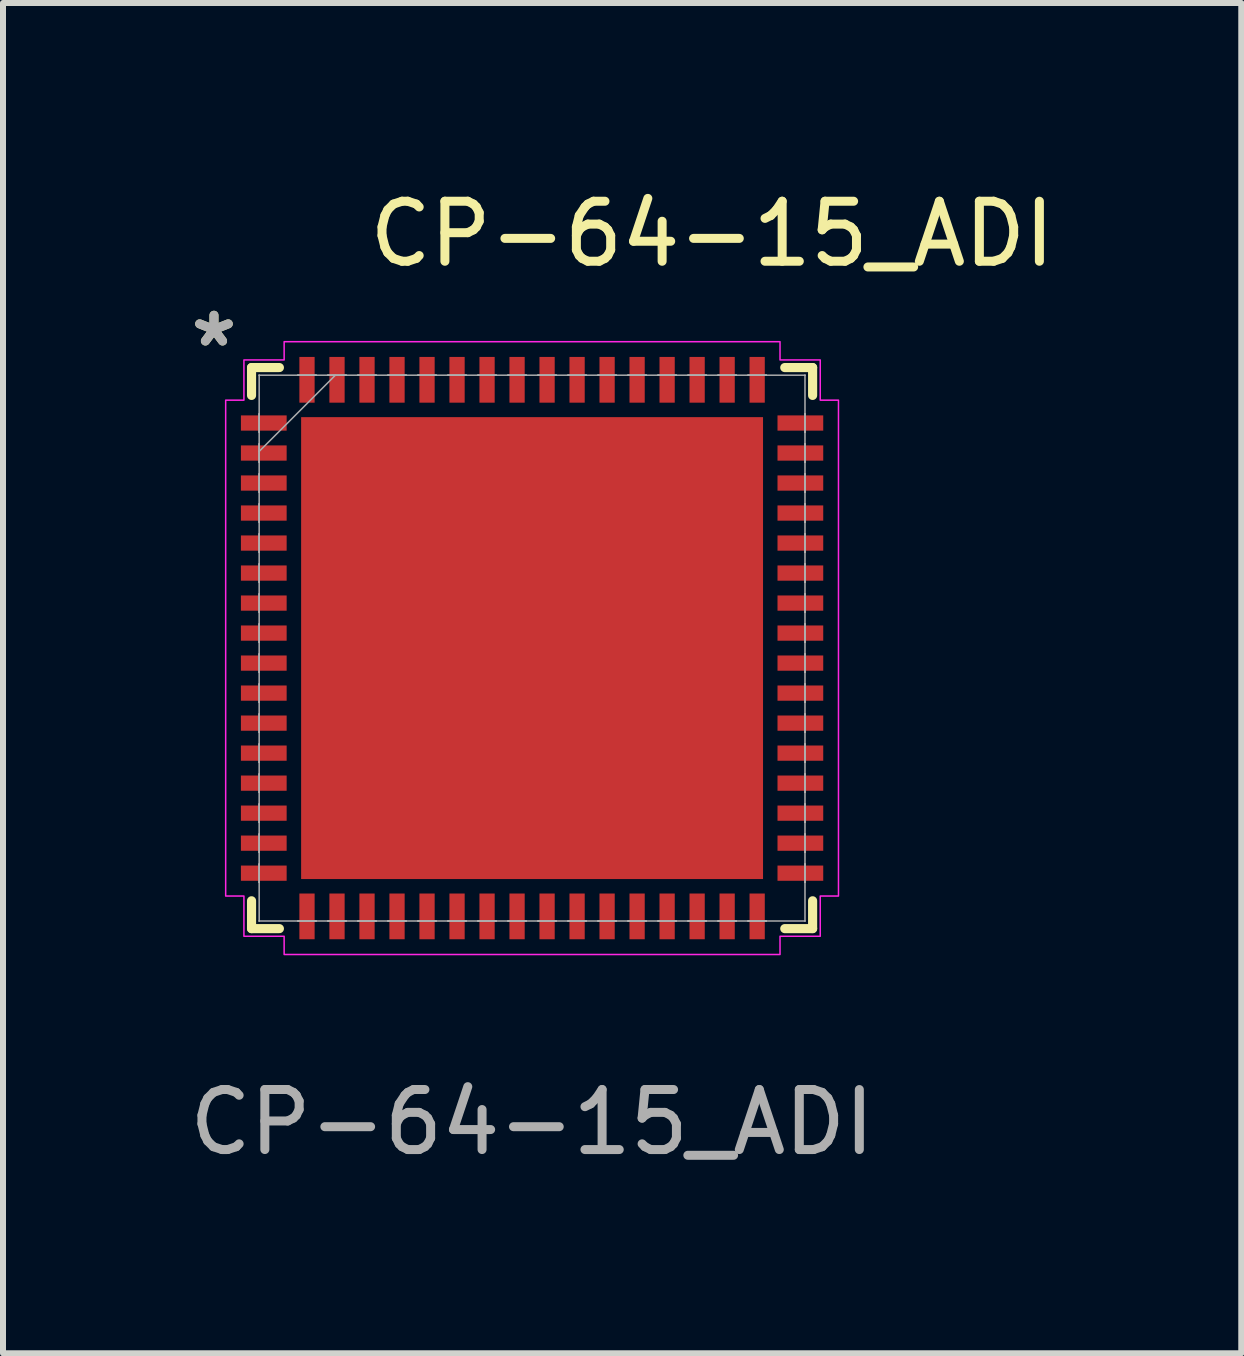
<source format=kicad_pcb>
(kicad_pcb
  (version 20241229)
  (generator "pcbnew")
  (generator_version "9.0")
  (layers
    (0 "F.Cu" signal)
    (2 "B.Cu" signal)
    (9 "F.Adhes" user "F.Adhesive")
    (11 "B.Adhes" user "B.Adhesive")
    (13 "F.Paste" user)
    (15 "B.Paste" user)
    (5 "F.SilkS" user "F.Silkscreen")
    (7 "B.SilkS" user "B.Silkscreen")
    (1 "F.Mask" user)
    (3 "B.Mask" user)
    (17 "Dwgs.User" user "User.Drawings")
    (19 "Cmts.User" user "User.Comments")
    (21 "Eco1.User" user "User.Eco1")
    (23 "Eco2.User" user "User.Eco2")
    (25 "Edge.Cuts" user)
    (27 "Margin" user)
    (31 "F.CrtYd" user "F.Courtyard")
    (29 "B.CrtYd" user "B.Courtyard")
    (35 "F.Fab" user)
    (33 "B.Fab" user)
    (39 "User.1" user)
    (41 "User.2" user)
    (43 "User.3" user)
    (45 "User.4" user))
  (footprint "CP-64-15_ADI"
    (layer "F.Cu")
    (at 5.815 7.748)
    (property "Reference" "CP-64-15_ADI" (at 3 -6.9 0) (unlocked yes) (layer "F.SilkS") (effects (font (size 1 1) (thickness 0.15))))
    (attr smd)
    (fp_line (start -4.674 -4.674) (end -4.674 -4.21) (stroke (width 0.152) (type solid)) (layer "F.SilkS"))
    (fp_line (start -4.674 4.21) (end -4.674 4.674) (stroke (width 0.152) (type solid)) (layer "F.SilkS"))
    (fp_line (start -4.674 4.674) (end -4.21 4.674) (stroke (width 0.152) (type solid)) (layer "F.SilkS"))
    (fp_line (start -4.21 -4.674) (end -4.674 -4.674) (stroke (width 0.152) (type solid)) (layer "F.SilkS"))
    (fp_line (start 4.21 4.674) (end 4.674 4.674) (stroke (width 0.152) (type solid)) (layer "F.SilkS"))
    (fp_line (start 4.674 -4.674) (end 4.21 -4.674) (stroke (width 0.152) (type solid)) (layer "F.SilkS"))
    (fp_line (start 4.674 -4.21) (end 4.674 -4.674) (stroke (width 0.152) (type solid)) (layer "F.SilkS"))
    (fp_line (start 4.674 4.674) (end 4.674 4.21) (stroke (width 0.152) (type solid)) (layer "F.SilkS"))
    (fp_poly (pts (xy -3.748 -3.748) (xy -3.748 -2.665) (xy -2.665 -2.665) (xy -2.665 -3.748)) (stroke (width 0) (type solid)) (fill yes) (layer "F.Paste"))
    (fp_poly (pts (xy -3.748 -2.465) (xy -3.748 -1.383) (xy -2.665 -1.383) (xy -2.665 -2.465)) (stroke (width 0) (type solid)) (fill yes) (layer "F.Paste"))
    (fp_poly (pts (xy -3.748 -1.183) (xy -3.748 -0.1) (xy -2.665 -0.1) (xy -2.665 -1.183)) (stroke (width 0) (type solid)) (fill yes) (layer "F.Paste"))
    (fp_poly (pts (xy -3.748 0.1) (xy -3.748 1.183) (xy -2.665 1.183) (xy -2.665 0.1)) (stroke (width 0) (type solid)) (fill yes) (layer "F.Paste"))
    (fp_poly (pts (xy -3.748 1.383) (xy -3.748 2.465) (xy -2.665 2.465) (xy -2.665 1.383)) (stroke (width 0) (type solid)) (fill yes) (layer "F.Paste"))
    (fp_poly (pts (xy -3.748 2.665) (xy -3.748 3.748) (xy -2.665 3.748) (xy -2.665 2.665)) (stroke (width 0) (type solid)) (fill yes) (layer "F.Paste"))
    (fp_poly (pts (xy -2.465 -3.748) (xy -2.465 -2.665) (xy -1.383 -2.665) (xy -1.383 -3.748)) (stroke (width 0) (type solid)) (fill yes) (layer "F.Paste"))
    (fp_poly (pts (xy -2.465 -2.465) (xy -2.465 -1.383) (xy -1.383 -1.383) (xy -1.383 -2.465)) (stroke (width 0) (type solid)) (fill yes) (layer "F.Paste"))
    (fp_poly (pts (xy -2.465 -1.183) (xy -2.465 -0.1) (xy -1.383 -0.1) (xy -1.383 -1.183)) (stroke (width 0) (type solid)) (fill yes) (layer "F.Paste"))
    (fp_poly (pts (xy -2.465 0.1) (xy -2.465 1.183) (xy -1.383 1.183) (xy -1.383 0.1)) (stroke (width 0) (type solid)) (fill yes) (layer "F.Paste"))
    (fp_poly (pts (xy -2.465 1.383) (xy -2.465 2.465) (xy -1.383 2.465) (xy -1.383 1.383)) (stroke (width 0) (type solid)) (fill yes) (layer "F.Paste"))
    (fp_poly (pts (xy -2.465 2.665) (xy -2.465 3.748) (xy -1.383 3.748) (xy -1.383 2.665)) (stroke (width 0) (type solid)) (fill yes) (layer "F.Paste"))
    (fp_poly (pts (xy -1.183 -3.748) (xy -1.183 -2.665) (xy -0.1 -2.665) (xy -0.1 -3.748)) (stroke (width 0) (type solid)) (fill yes) (layer "F.Paste"))
    (fp_poly (pts (xy -1.183 -2.465) (xy -1.183 -1.383) (xy -0.1 -1.383) (xy -0.1 -2.465)) (stroke (width 0) (type solid)) (fill yes) (layer "F.Paste"))
    (fp_poly (pts (xy -1.183 -1.183) (xy -1.183 -0.1) (xy -0.1 -0.1) (xy -0.1 -1.183)) (stroke (width 0) (type solid)) (fill yes) (layer "F.Paste"))
    (fp_poly (pts (xy -1.183 0.1) (xy -1.183 1.183) (xy -0.1 1.183) (xy -0.1 0.1)) (stroke (width 0) (type solid)) (fill yes) (layer "F.Paste"))
    (fp_poly (pts (xy -1.183 1.383) (xy -1.183 2.465) (xy -0.1 2.465) (xy -0.1 1.383)) (stroke (width 0) (type solid)) (fill yes) (layer "F.Paste"))
    (fp_poly (pts (xy -1.183 2.665) (xy -1.183 3.748) (xy -0.1 3.748) (xy -0.1 2.665)) (stroke (width 0) (type solid)) (fill yes) (layer "F.Paste"))
    (fp_poly (pts (xy 0.1 -3.748) (xy 0.1 -2.665) (xy 1.183 -2.665) (xy 1.183 -3.748)) (stroke (width 0) (type solid)) (fill yes) (layer "F.Paste"))
    (fp_poly (pts (xy 0.1 -2.465) (xy 0.1 -1.383) (xy 1.183 -1.383) (xy 1.183 -2.465)) (stroke (width 0) (type solid)) (fill yes) (layer "F.Paste"))
    (fp_poly (pts (xy 0.1 -1.183) (xy 0.1 -0.1) (xy 1.183 -0.1) (xy 1.183 -1.183)) (stroke (width 0) (type solid)) (fill yes) (layer "F.Paste"))
    (fp_poly (pts (xy 0.1 0.1) (xy 0.1 1.183) (xy 1.183 1.183) (xy 1.183 0.1)) (stroke (width 0) (type solid)) (fill yes) (layer "F.Paste"))
    (fp_poly (pts (xy 0.1 1.383) (xy 0.1 2.465) (xy 1.183 2.465) (xy 1.183 1.383)) (stroke (width 0) (type solid)) (fill yes) (layer "F.Paste"))
    (fp_poly (pts (xy 0.1 2.665) (xy 0.1 3.748) (xy 1.183 3.748) (xy 1.183 2.665)) (stroke (width 0) (type solid)) (fill yes) (layer "F.Paste"))
    (fp_poly (pts (xy 1.383 -3.748) (xy 1.383 -2.665) (xy 2.465 -2.665) (xy 2.465 -3.748)) (stroke (width 0) (type solid)) (fill yes) (layer "F.Paste"))
    (fp_poly (pts (xy 1.383 -2.465) (xy 1.383 -1.383) (xy 2.465 -1.383) (xy 2.465 -2.465)) (stroke (width 0) (type solid)) (fill yes) (layer "F.Paste"))
    (fp_poly (pts (xy 1.383 -1.183) (xy 1.383 -0.1) (xy 2.465 -0.1) (xy 2.465 -1.183)) (stroke (width 0) (type solid)) (fill yes) (layer "F.Paste"))
    (fp_poly (pts (xy 1.383 0.1) (xy 1.383 1.183) (xy 2.465 1.183) (xy 2.465 0.1)) (stroke (width 0) (type solid)) (fill yes) (layer "F.Paste"))
    (fp_poly (pts (xy 1.383 1.383) (xy 1.383 2.465) (xy 2.465 2.465) (xy 2.465 1.383)) (stroke (width 0) (type solid)) (fill yes) (layer "F.Paste"))
    (fp_poly (pts (xy 1.383 2.665) (xy 1.383 3.748) (xy 2.465 3.748) (xy 2.465 2.665)) (stroke (width 0) (type solid)) (fill yes) (layer "F.Paste"))
    (fp_poly (pts (xy 2.665 -3.748) (xy 2.665 -2.665) (xy 3.748 -2.665) (xy 3.748 -3.748)) (stroke (width 0) (type solid)) (fill yes) (layer "F.Paste"))
    (fp_poly (pts (xy 2.665 -2.465) (xy 2.665 -1.383) (xy 3.748 -1.383) (xy 3.748 -2.465)) (stroke (width 0) (type solid)) (fill yes) (layer "F.Paste"))
    (fp_poly (pts (xy 2.665 -1.183) (xy 2.665 -0.1) (xy 3.748 -0.1) (xy 3.748 -1.183)) (stroke (width 0) (type solid)) (fill yes) (layer "F.Paste"))
    (fp_poly (pts (xy 2.665 0.1) (xy 2.665 1.183) (xy 3.748 1.183) (xy 3.748 0.1)) (stroke (width 0) (type solid)) (fill yes) (layer "F.Paste"))
    (fp_poly (pts (xy 2.665 1.383) (xy 2.665 2.465) (xy 3.748 2.465) (xy 3.748 1.383)) (stroke (width 0) (type solid)) (fill yes) (layer "F.Paste"))
    (fp_poly (pts (xy 2.665 2.665) (xy 2.665 3.748) (xy 3.748 3.748) (xy 3.748 2.665)) (stroke (width 0) (type solid)) (fill yes) (layer "F.Paste"))
    (fp_poly (pts (xy -4.801 -4.801) (xy -4.131 -4.801) (xy -4.131 -5.105) (xy 4.131 -5.105) (xy 4.131 -4.801) (xy 4.801 -4.801) (xy 4.801 -4.131) (xy 5.105 -4.131) (xy 5.105 4.131) (xy 4.801 4.131) (xy 4.801 4.801) (xy 4.131 4.801) (xy 4.131 5.105) (xy -4.131 5.105) (xy -4.131 4.801) (xy -4.801 4.801) (xy -4.801 4.131) (xy -5.105 4.131) (xy -5.105 -4.131) (xy -4.801 -4.131)) (stroke (width 0.025) (type solid)) (fill no) (layer "F.CrtYd"))
    (fp_line (start -4.547 -4.547) (end -4.547 -4.547) (stroke (width 0.025) (type solid)) (layer "F.Fab"))
    (fp_line (start -4.547 -4.547) (end -4.547 4.547) (stroke (width 0.025) (type solid)) (layer "F.Fab"))
    (fp_line (start -4.547 -3.902) (end -4.547 -3.902) (stroke (width 0.025) (type solid)) (layer "F.Fab"))
    (fp_line (start -4.547 -3.902) (end -4.547 -3.598) (stroke (width 0.025) (type solid)) (layer "F.Fab"))
    (fp_line (start -4.547 -3.598) (end -4.547 -3.902) (stroke (width 0.025) (type solid)) (layer "F.Fab"))
    (fp_line (start -4.547 -3.598) (end -4.547 -3.598) (stroke (width 0.025) (type solid)) (layer "F.Fab"))
    (fp_line (start -4.547 -3.402) (end -4.547 -3.402) (stroke (width 0.025) (type solid)) (layer "F.Fab"))
    (fp_line (start -4.547 -3.402) (end -4.547 -3.098) (stroke (width 0.025) (type solid)) (layer "F.Fab"))
    (fp_line (start -4.547 -3.277) (end -3.277 -4.547) (stroke (width 0.025) (type solid)) (layer "F.Fab"))
    (fp_line (start -4.547 -3.098) (end -4.547 -3.402) (stroke (width 0.025) (type solid)) (layer "F.Fab"))
    (fp_line (start -4.547 -3.098) (end -4.547 -3.098) (stroke (width 0.025) (type solid)) (layer "F.Fab"))
    (fp_line (start -4.547 -2.902) (end -4.547 -2.902) (stroke (width 0.025) (type solid)) (layer "F.Fab"))
    (fp_line (start -4.547 -2.902) (end -4.547 -2.598) (stroke (width 0.025) (type solid)) (layer "F.Fab"))
    (fp_line (start -4.547 -2.598) (end -4.547 -2.902) (stroke (width 0.025) (type solid)) (layer "F.Fab"))
    (fp_line (start -4.547 -2.598) (end -4.547 -2.598) (stroke (width 0.025) (type solid)) (layer "F.Fab"))
    (fp_line (start -4.547 -2.402) (end -4.547 -2.402) (stroke (width 0.025) (type solid)) (layer "F.Fab"))
    (fp_line (start -4.547 -2.402) (end -4.547 -2.098) (stroke (width 0.025) (type solid)) (layer "F.Fab"))
    (fp_line (start -4.547 -2.098) (end -4.547 -2.402) (stroke (width 0.025) (type solid)) (layer "F.Fab"))
    (fp_line (start -4.547 -2.098) (end -4.547 -2.098) (stroke (width 0.025) (type solid)) (layer "F.Fab"))
    (fp_line (start -4.547 -1.902) (end -4.547 -1.902) (stroke (width 0.025) (type solid)) (layer "F.Fab"))
    (fp_line (start -4.547 -1.902) (end -4.547 -1.598) (stroke (width 0.025) (type solid)) (layer "F.Fab"))
    (fp_line (start -4.547 -1.598) (end -4.547 -1.902) (stroke (width 0.025) (type solid)) (layer "F.Fab"))
    (fp_line (start -4.547 -1.598) (end -4.547 -1.598) (stroke (width 0.025) (type solid)) (layer "F.Fab"))
    (fp_line (start -4.547 -1.402) (end -4.547 -1.402) (stroke (width 0.025) (type solid)) (layer "F.Fab"))
    (fp_line (start -4.547 -1.402) (end -4.547 -1.098) (stroke (width 0.025) (type solid)) (layer "F.Fab"))
    (fp_line (start -4.547 -1.098) (end -4.547 -1.402) (stroke (width 0.025) (type solid)) (layer "F.Fab"))
    (fp_line (start -4.547 -1.098) (end -4.547 -1.098) (stroke (width 0.025) (type solid)) (layer "F.Fab"))
    (fp_line (start -4.547 -0.902) (end -4.547 -0.902) (stroke (width 0.025) (type solid)) (layer "F.Fab"))
    (fp_line (start -4.547 -0.902) (end -4.547 -0.598) (stroke (width 0.025) (type solid)) (layer "F.Fab"))
    (fp_line (start -4.547 -0.598) (end -4.547 -0.902) (stroke (width 0.025) (type solid)) (layer "F.Fab"))
    (fp_line (start -4.547 -0.598) (end -4.547 -0.598) (stroke (width 0.025) (type solid)) (layer "F.Fab"))
    (fp_line (start -4.547 -0.402) (end -4.547 -0.402) (stroke (width 0.025) (type solid)) (layer "F.Fab"))
    (fp_line (start -4.547 -0.402) (end -4.547 -0.098) (stroke (width 0.025) (type solid)) (layer "F.Fab"))
    (fp_line (start -4.547 -0.098) (end -4.547 -0.402) (stroke (width 0.025) (type solid)) (layer "F.Fab"))
    (fp_line (start -4.547 -0.098) (end -4.547 -0.098) (stroke (width 0.025) (type solid)) (layer "F.Fab"))
    (fp_line (start -4.547 0.098) (end -4.547 0.098) (stroke (width 0.025) (type solid)) (layer "F.Fab"))
    (fp_line (start -4.547 0.098) (end -4.547 0.402) (stroke (width 0.025) (type solid)) (layer "F.Fab"))
    (fp_line (start -4.547 0.402) (end -4.547 0.098) (stroke (width 0.025) (type solid)) (layer "F.Fab"))
    (fp_line (start -4.547 0.402) (end -4.547 0.402) (stroke (width 0.025) (type solid)) (layer "F.Fab"))
    (fp_line (start -4.547 0.598) (end -4.547 0.598) (stroke (width 0.025) (type solid)) (layer "F.Fab"))
    (fp_line (start -4.547 0.598) (end -4.547 0.902) (stroke (width 0.025) (type solid)) (layer "F.Fab"))
    (fp_line (start -4.547 0.902) (end -4.547 0.598) (stroke (width 0.025) (type solid)) (layer "F.Fab"))
    (fp_line (start -4.547 0.902) (end -4.547 0.902) (stroke (width 0.025) (type solid)) (layer "F.Fab"))
    (fp_line (start -4.547 1.098) (end -4.547 1.098) (stroke (width 0.025) (type solid)) (layer "F.Fab"))
    (fp_line (start -4.547 1.098) (end -4.547 1.402) (stroke (width 0.025) (type solid)) (layer "F.Fab"))
    (fp_line (start -4.547 1.402) (end -4.547 1.098) (stroke (width 0.025) (type solid)) (layer "F.Fab"))
    (fp_line (start -4.547 1.402) (end -4.547 1.402) (stroke (width 0.025) (type solid)) (layer "F.Fab"))
    (fp_line (start -4.547 1.598) (end -4.547 1.598) (stroke (width 0.025) (type solid)) (layer "F.Fab"))
    (fp_line (start -4.547 1.598) (end -4.547 1.902) (stroke (width 0.025) (type solid)) (layer "F.Fab"))
    (fp_line (start -4.547 1.902) (end -4.547 1.598) (stroke (width 0.025) (type solid)) (layer "F.Fab"))
    (fp_line (start -4.547 1.902) (end -4.547 1.902) (stroke (width 0.025) (type solid)) (layer "F.Fab"))
    (fp_line (start -4.547 2.098) (end -4.547 2.098) (stroke (width 0.025) (type solid)) (layer "F.Fab"))
    (fp_line (start -4.547 2.098) (end -4.547 2.402) (stroke (width 0.025) (type solid)) (layer "F.Fab"))
    (fp_line (start -4.547 2.402) (end -4.547 2.098) (stroke (width 0.025) (type solid)) (layer "F.Fab"))
    (fp_line (start -4.547 2.402) (end -4.547 2.402) (stroke (width 0.025) (type solid)) (layer "F.Fab"))
    (fp_line (start -4.547 2.598) (end -4.547 2.598) (stroke (width 0.025) (type solid)) (layer "F.Fab"))
    (fp_line (start -4.547 2.598) (end -4.547 2.902) (stroke (width 0.025) (type solid)) (layer "F.Fab"))
    (fp_line (start -4.547 2.902) (end -4.547 2.598) (stroke (width 0.025) (type solid)) (layer "F.Fab"))
    (fp_line (start -4.547 2.902) (end -4.547 2.902) (stroke (width 0.025) (type solid)) (layer "F.Fab"))
    (fp_line (start -4.547 3.098) (end -4.547 3.098) (stroke (width 0.025) (type solid)) (layer "F.Fab"))
    (fp_line (start -4.547 3.098) (end -4.547 3.402) (stroke (width 0.025) (type solid)) (layer "F.Fab"))
    (fp_line (start -4.547 3.402) (end -4.547 3.098) (stroke (width 0.025) (type solid)) (layer "F.Fab"))
    (fp_line (start -4.547 3.402) (end -4.547 3.402) (stroke (width 0.025) (type solid)) (layer "F.Fab"))
    (fp_line (start -4.547 3.598) (end -4.547 3.598) (stroke (width 0.025) (type solid)) (layer "F.Fab"))
    (fp_line (start -4.547 3.598) (end -4.547 3.902) (stroke (width 0.025) (type solid)) (layer "F.Fab"))
    (fp_line (start -4.547 3.902) (end -4.547 3.598) (stroke (width 0.025) (type solid)) (layer "F.Fab"))
    (fp_line (start -4.547 3.902) (end -4.547 3.902) (stroke (width 0.025) (type solid)) (layer "F.Fab"))
    (fp_line (start -4.547 4.547) (end -4.547 4.547) (stroke (width 0.025) (type solid)) (layer "F.Fab"))
    (fp_line (start -4.547 4.547) (end 4.547 4.547) (stroke (width 0.025) (type solid)) (layer "F.Fab"))
    (fp_line (start -3.902 -4.547) (end -3.902 -4.547) (stroke (width 0.025) (type solid)) (layer "F.Fab"))
    (fp_line (start -3.902 -4.547) (end -3.598 -4.547) (stroke (width 0.025) (type solid)) (layer "F.Fab"))
    (fp_line (start -3.902 4.547) (end -3.902 4.547) (stroke (width 0.025) (type solid)) (layer "F.Fab"))
    (fp_line (start -3.902 4.547) (end -3.598 4.547) (stroke (width 0.025) (type solid)) (layer "F.Fab"))
    (fp_line (start -3.598 -4.547) (end -3.902 -4.547) (stroke (width 0.025) (type solid)) (layer "F.Fab"))
    (fp_line (start -3.598 -4.547) (end -3.598 -4.547) (stroke (width 0.025) (type solid)) (layer "F.Fab"))
    (fp_line (start -3.598 4.547) (end -3.902 4.547) (stroke (width 0.025) (type solid)) (layer "F.Fab"))
    (fp_line (start -3.598 4.547) (end -3.598 4.547) (stroke (width 0.025) (type solid)) (layer "F.Fab"))
    (fp_line (start -3.402 -4.547) (end -3.402 -4.547) (stroke (width 0.025) (type solid)) (layer "F.Fab"))
    (fp_line (start -3.402 -4.547) (end -3.098 -4.547) (stroke (width 0.025) (type solid)) (layer "F.Fab"))
    (fp_line (start -3.402 4.547) (end -3.402 4.547) (stroke (width 0.025) (type solid)) (layer "F.Fab"))
    (fp_line (start -3.402 4.547) (end -3.098 4.547) (stroke (width 0.025) (type solid)) (layer "F.Fab"))
    (fp_line (start -3.098 -4.547) (end -3.402 -4.547) (stroke (width 0.025) (type solid)) (layer "F.Fab"))
    (fp_line (start -3.098 -4.547) (end -3.098 -4.547) (stroke (width 0.025) (type solid)) (layer "F.Fab"))
    (fp_line (start -3.098 4.547) (end -3.402 4.547) (stroke (width 0.025) (type solid)) (layer "F.Fab"))
    (fp_line (start -3.098 4.547) (end -3.098 4.547) (stroke (width 0.025) (type solid)) (layer "F.Fab"))
    (fp_line (start -2.902 -4.547) (end -2.902 -4.547) (stroke (width 0.025) (type solid)) (layer "F.Fab"))
    (fp_line (start -2.902 -4.547) (end -2.598 -4.547) (stroke (width 0.025) (type solid)) (layer "F.Fab"))
    (fp_line (start -2.902 4.547) (end -2.902 4.547) (stroke (width 0.025) (type solid)) (layer "F.Fab"))
    (fp_line (start -2.902 4.547) (end -2.598 4.547) (stroke (width 0.025) (type solid)) (layer "F.Fab"))
    (fp_line (start -2.598 -4.547) (end -2.902 -4.547) (stroke (width 0.025) (type solid)) (layer "F.Fab"))
    (fp_line (start -2.598 -4.547) (end -2.598 -4.547) (stroke (width 0.025) (type solid)) (layer "F.Fab"))
    (fp_line (start -2.598 4.547) (end -2.902 4.547) (stroke (width 0.025) (type solid)) (layer "F.Fab"))
    (fp_line (start -2.598 4.547) (end -2.598 4.547) (stroke (width 0.025) (type solid)) (layer "F.Fab"))
    (fp_line (start -2.402 -4.547) (end -2.402 -4.547) (stroke (width 0.025) (type solid)) (layer "F.Fab"))
    (fp_line (start -2.402 -4.547) (end -2.098 -4.547) (stroke (width 0.025) (type solid)) (layer "F.Fab"))
    (fp_line (start -2.402 4.547) (end -2.402 4.547) (stroke (width 0.025) (type solid)) (layer "F.Fab"))
    (fp_line (start -2.402 4.547) (end -2.098 4.547) (stroke (width 0.025) (type solid)) (layer "F.Fab"))
    (fp_line (start -2.098 -4.547) (end -2.402 -4.547) (stroke (width 0.025) (type solid)) (layer "F.Fab"))
    (fp_line (start -2.098 -4.547) (end -2.098 -4.547) (stroke (width 0.025) (type solid)) (layer "F.Fab"))
    (fp_line (start -2.098 4.547) (end -2.402 4.547) (stroke (width 0.025) (type solid)) (layer "F.Fab"))
    (fp_line (start -2.098 4.547) (end -2.098 4.547) (stroke (width 0.025) (type solid)) (layer "F.Fab"))
    (fp_line (start -1.902 -4.547) (end -1.902 -4.547) (stroke (width 0.025) (type solid)) (layer "F.Fab"))
    (fp_line (start -1.902 -4.547) (end -1.598 -4.547) (stroke (width 0.025) (type solid)) (layer "F.Fab"))
    (fp_line (start -1.902 4.547) (end -1.902 4.547) (stroke (width 0.025) (type solid)) (layer "F.Fab"))
    (fp_line (start -1.902 4.547) (end -1.598 4.547) (stroke (width 0.025) (type solid)) (layer "F.Fab"))
    (fp_line (start -1.598 -4.547) (end -1.902 -4.547) (stroke (width 0.025) (type solid)) (layer "F.Fab"))
    (fp_line (start -1.598 -4.547) (end -1.598 -4.547) (stroke (width 0.025) (type solid)) (layer "F.Fab"))
    (fp_line (start -1.598 4.547) (end -1.902 4.547) (stroke (width 0.025) (type solid)) (layer "F.Fab"))
    (fp_line (start -1.598 4.547) (end -1.598 4.547) (stroke (width 0.025) (type solid)) (layer "F.Fab"))
    (fp_line (start -1.402 -4.547) (end -1.402 -4.547) (stroke (width 0.025) (type solid)) (layer "F.Fab"))
    (fp_line (start -1.402 -4.547) (end -1.098 -4.547) (stroke (width 0.025) (type solid)) (layer "F.Fab"))
    (fp_line (start -1.402 4.547) (end -1.402 4.547) (stroke (width 0.025) (type solid)) (layer "F.Fab"))
    (fp_line (start -1.402 4.547) (end -1.098 4.547) (stroke (width 0.025) (type solid)) (layer "F.Fab"))
    (fp_line (start -1.098 -4.547) (end -1.402 -4.547) (stroke (width 0.025) (type solid)) (layer "F.Fab"))
    (fp_line (start -1.098 -4.547) (end -1.098 -4.547) (stroke (width 0.025) (type solid)) (layer "F.Fab"))
    (fp_line (start -1.098 4.547) (end -1.402 4.547) (stroke (width 0.025) (type solid)) (layer "F.Fab"))
    (fp_line (start -1.098 4.547) (end -1.098 4.547) (stroke (width 0.025) (type solid)) (layer "F.Fab"))
    (fp_line (start -0.902 -4.547) (end -0.902 -4.547) (stroke (width 0.025) (type solid)) (layer "F.Fab"))
    (fp_line (start -0.902 -4.547) (end -0.598 -4.547) (stroke (width 0.025) (type solid)) (layer "F.Fab"))
    (fp_line (start -0.902 4.547) (end -0.902 4.547) (stroke (width 0.025) (type solid)) (layer "F.Fab"))
    (fp_line (start -0.902 4.547) (end -0.598 4.547) (stroke (width 0.025) (type solid)) (layer "F.Fab"))
    (fp_line (start -0.598 -4.547) (end -0.902 -4.547) (stroke (width 0.025) (type solid)) (layer "F.Fab"))
    (fp_line (start -0.598 -4.547) (end -0.598 -4.547) (stroke (width 0.025) (type solid)) (layer "F.Fab"))
    (fp_line (start -0.598 4.547) (end -0.902 4.547) (stroke (width 0.025) (type solid)) (layer "F.Fab"))
    (fp_line (start -0.598 4.547) (end -0.598 4.547) (stroke (width 0.025) (type solid)) (layer "F.Fab"))
    (fp_line (start -0.402 -4.547) (end -0.402 -4.547) (stroke (width 0.025) (type solid)) (layer "F.Fab"))
    (fp_line (start -0.402 -4.547) (end -0.098 -4.547) (stroke (width 0.025) (type solid)) (layer "F.Fab"))
    (fp_line (start -0.402 4.547) (end -0.402 4.547) (stroke (width 0.025) (type solid)) (layer "F.Fab"))
    (fp_line (start -0.402 4.547) (end -0.098 4.547) (stroke (width 0.025) (type solid)) (layer "F.Fab"))
    (fp_line (start -0.098 -4.547) (end -0.402 -4.547) (stroke (width 0.025) (type solid)) (layer "F.Fab"))
    (fp_line (start -0.098 -4.547) (end -0.098 -4.547) (stroke (width 0.025) (type solid)) (layer "F.Fab"))
    (fp_line (start -0.098 4.547) (end -0.402 4.547) (stroke (width 0.025) (type solid)) (layer "F.Fab"))
    (fp_line (start -0.098 4.547) (end -0.098 4.547) (stroke (width 0.025) (type solid)) (layer "F.Fab"))
    (fp_line (start 0.098 -4.547) (end 0.098 -4.547) (stroke (width 0.025) (type solid)) (layer "F.Fab"))
    (fp_line (start 0.098 -4.547) (end 0.402 -4.547) (stroke (width 0.025) (type solid)) (layer "F.Fab"))
    (fp_line (start 0.098 4.547) (end 0.098 4.547) (stroke (width 0.025) (type solid)) (layer "F.Fab"))
    (fp_line (start 0.098 4.547) (end 0.402 4.547) (stroke (width 0.025) (type solid)) (layer "F.Fab"))
    (fp_line (start 0.402 -4.547) (end 0.098 -4.547) (stroke (width 0.025) (type solid)) (layer "F.Fab"))
    (fp_line (start 0.402 -4.547) (end 0.402 -4.547) (stroke (width 0.025) (type solid)) (layer "F.Fab"))
    (fp_line (start 0.402 4.547) (end 0.098 4.547) (stroke (width 0.025) (type solid)) (layer "F.Fab"))
    (fp_line (start 0.402 4.547) (end 0.402 4.547) (stroke (width 0.025) (type solid)) (layer "F.Fab"))
    (fp_line (start 0.598 -4.547) (end 0.598 -4.547) (stroke (width 0.025) (type solid)) (layer "F.Fab"))
    (fp_line (start 0.598 -4.547) (end 0.902 -4.547) (stroke (width 0.025) (type solid)) (layer "F.Fab"))
    (fp_line (start 0.598 4.547) (end 0.598 4.547) (stroke (width 0.025) (type solid)) (layer "F.Fab"))
    (fp_line (start 0.598 4.547) (end 0.902 4.547) (stroke (width 0.025) (type solid)) (layer "F.Fab"))
    (fp_line (start 0.902 -4.547) (end 0.598 -4.547) (stroke (width 0.025) (type solid)) (layer "F.Fab"))
    (fp_line (start 0.902 -4.547) (end 0.902 -4.547) (stroke (width 0.025) (type solid)) (layer "F.Fab"))
    (fp_line (start 0.902 4.547) (end 0.598 4.547) (stroke (width 0.025) (type solid)) (layer "F.Fab"))
    (fp_line (start 0.902 4.547) (end 0.902 4.547) (stroke (width 0.025) (type solid)) (layer "F.Fab"))
    (fp_line (start 1.098 -4.547) (end 1.098 -4.547) (stroke (width 0.025) (type solid)) (layer "F.Fab"))
    (fp_line (start 1.098 -4.547) (end 1.402 -4.547) (stroke (width 0.025) (type solid)) (layer "F.Fab"))
    (fp_line (start 1.098 4.547) (end 1.098 4.547) (stroke (width 0.025) (type solid)) (layer "F.Fab"))
    (fp_line (start 1.098 4.547) (end 1.402 4.547) (stroke (width 0.025) (type solid)) (layer "F.Fab"))
    (fp_line (start 1.402 -4.547) (end 1.098 -4.547) (stroke (width 0.025) (type solid)) (layer "F.Fab"))
    (fp_line (start 1.402 -4.547) (end 1.402 -4.547) (stroke (width 0.025) (type solid)) (layer "F.Fab"))
    (fp_line (start 1.402 4.547) (end 1.098 4.547) (stroke (width 0.025) (type solid)) (layer "F.Fab"))
    (fp_line (start 1.402 4.547) (end 1.402 4.547) (stroke (width 0.025) (type solid)) (layer "F.Fab"))
    (fp_line (start 1.598 -4.547) (end 1.598 -4.547) (stroke (width 0.025) (type solid)) (layer "F.Fab"))
    (fp_line (start 1.598 -4.547) (end 1.902 -4.547) (stroke (width 0.025) (type solid)) (layer "F.Fab"))
    (fp_line (start 1.598 4.547) (end 1.598 4.547) (stroke (width 0.025) (type solid)) (layer "F.Fab"))
    (fp_line (start 1.598 4.547) (end 1.902 4.547) (stroke (width 0.025) (type solid)) (layer "F.Fab"))
    (fp_line (start 1.902 -4.547) (end 1.598 -4.547) (stroke (width 0.025) (type solid)) (layer "F.Fab"))
    (fp_line (start 1.902 -4.547) (end 1.902 -4.547) (stroke (width 0.025) (type solid)) (layer "F.Fab"))
    (fp_line (start 1.902 4.547) (end 1.598 4.547) (stroke (width 0.025) (type solid)) (layer "F.Fab"))
    (fp_line (start 1.902 4.547) (end 1.902 4.547) (stroke (width 0.025) (type solid)) (layer "F.Fab"))
    (fp_line (start 2.098 -4.547) (end 2.098 -4.547) (stroke (width 0.025) (type solid)) (layer "F.Fab"))
    (fp_line (start 2.098 -4.547) (end 2.402 -4.547) (stroke (width 0.025) (type solid)) (layer "F.Fab"))
    (fp_line (start 2.098 4.547) (end 2.098 4.547) (stroke (width 0.025) (type solid)) (layer "F.Fab"))
    (fp_line (start 2.098 4.547) (end 2.402 4.547) (stroke (width 0.025) (type solid)) (layer "F.Fab"))
    (fp_line (start 2.402 -4.547) (end 2.098 -4.547) (stroke (width 0.025) (type solid)) (layer "F.Fab"))
    (fp_line (start 2.402 -4.547) (end 2.402 -4.547) (stroke (width 0.025) (type solid)) (layer "F.Fab"))
    (fp_line (start 2.402 4.547) (end 2.098 4.547) (stroke (width 0.025) (type solid)) (layer "F.Fab"))
    (fp_line (start 2.402 4.547) (end 2.402 4.547) (stroke (width 0.025) (type solid)) (layer "F.Fab"))
    (fp_line (start 2.598 -4.547) (end 2.598 -4.547) (stroke (width 0.025) (type solid)) (layer "F.Fab"))
    (fp_line (start 2.598 -4.547) (end 2.902 -4.547) (stroke (width 0.025) (type solid)) (layer "F.Fab"))
    (fp_line (start 2.598 4.547) (end 2.598 4.547) (stroke (width 0.025) (type solid)) (layer "F.Fab"))
    (fp_line (start 2.598 4.547) (end 2.902 4.547) (stroke (width 0.025) (type solid)) (layer "F.Fab"))
    (fp_line (start 2.902 -4.547) (end 2.598 -4.547) (stroke (width 0.025) (type solid)) (layer "F.Fab"))
    (fp_line (start 2.902 -4.547) (end 2.902 -4.547) (stroke (width 0.025) (type solid)) (layer "F.Fab"))
    (fp_line (start 2.902 4.547) (end 2.598 4.547) (stroke (width 0.025) (type solid)) (layer "F.Fab"))
    (fp_line (start 2.902 4.547) (end 2.902 4.547) (stroke (width 0.025) (type solid)) (layer "F.Fab"))
    (fp_line (start 3.098 -4.547) (end 3.098 -4.547) (stroke (width 0.025) (type solid)) (layer "F.Fab"))
    (fp_line (start 3.098 -4.547) (end 3.402 -4.547) (stroke (width 0.025) (type solid)) (layer "F.Fab"))
    (fp_line (start 3.098 4.547) (end 3.098 4.547) (stroke (width 0.025) (type solid)) (layer "F.Fab"))
    (fp_line (start 3.098 4.547) (end 3.402 4.547) (stroke (width 0.025) (type solid)) (layer "F.Fab"))
    (fp_line (start 3.402 -4.547) (end 3.098 -4.547) (stroke (width 0.025) (type solid)) (layer "F.Fab"))
    (fp_line (start 3.402 -4.547) (end 3.402 -4.547) (stroke (width 0.025) (type solid)) (layer "F.Fab"))
    (fp_line (start 3.402 4.547) (end 3.098 4.547) (stroke (width 0.025) (type solid)) (layer "F.Fab"))
    (fp_line (start 3.402 4.547) (end 3.402 4.547) (stroke (width 0.025) (type solid)) (layer "F.Fab"))
    (fp_line (start 3.598 -4.547) (end 3.598 -4.547) (stroke (width 0.025) (type solid)) (layer "F.Fab"))
    (fp_line (start 3.598 -4.547) (end 3.902 -4.547) (stroke (width 0.025) (type solid)) (layer "F.Fab"))
    (fp_line (start 3.598 4.547) (end 3.598 4.547) (stroke (width 0.025) (type solid)) (layer "F.Fab"))
    (fp_line (start 3.598 4.547) (end 3.902 4.547) (stroke (width 0.025) (type solid)) (layer "F.Fab"))
    (fp_line (start 3.902 -4.547) (end 3.598 -4.547) (stroke (width 0.025) (type solid)) (layer "F.Fab"))
    (fp_line (start 3.902 -4.547) (end 3.902 -4.547) (stroke (width 0.025) (type solid)) (layer "F.Fab"))
    (fp_line (start 3.902 4.547) (end 3.598 4.547) (stroke (width 0.025) (type solid)) (layer "F.Fab"))
    (fp_line (start 3.902 4.547) (end 3.902 4.547) (stroke (width 0.025) (type solid)) (layer "F.Fab"))
    (fp_line (start 4.547 -4.547) (end -4.547 -4.547) (stroke (width 0.025) (type solid)) (layer "F.Fab"))
    (fp_line (start 4.547 -4.547) (end 4.547 -4.547) (stroke (width 0.025) (type solid)) (layer "F.Fab"))
    (fp_line (start 4.547 -3.902) (end 4.547 -3.902) (stroke (width 0.025) (type solid)) (layer "F.Fab"))
    (fp_line (start 4.547 -3.902) (end 4.547 -3.598) (stroke (width 0.025) (type solid)) (layer "F.Fab"))
    (fp_line (start 4.547 -3.598) (end 4.547 -3.902) (stroke (width 0.025) (type solid)) (layer "F.Fab"))
    (fp_line (start 4.547 -3.598) (end 4.547 -3.598) (stroke (width 0.025) (type solid)) (layer "F.Fab"))
    (fp_line (start 4.547 -3.402) (end 4.547 -3.402) (stroke (width 0.025) (type solid)) (layer "F.Fab"))
    (fp_line (start 4.547 -3.402) (end 4.547 -3.098) (stroke (width 0.025) (type solid)) (layer "F.Fab"))
    (fp_line (start 4.547 -3.098) (end 4.547 -3.402) (stroke (width 0.025) (type solid)) (layer "F.Fab"))
    (fp_line (start 4.547 -3.098) (end 4.547 -3.098) (stroke (width 0.025) (type solid)) (layer "F.Fab"))
    (fp_line (start 4.547 -2.902) (end 4.547 -2.902) (stroke (width 0.025) (type solid)) (layer "F.Fab"))
    (fp_line (start 4.547 -2.902) (end 4.547 -2.598) (stroke (width 0.025) (type solid)) (layer "F.Fab"))
    (fp_line (start 4.547 -2.598) (end 4.547 -2.902) (stroke (width 0.025) (type solid)) (layer "F.Fab"))
    (fp_line (start 4.547 -2.598) (end 4.547 -2.598) (stroke (width 0.025) (type solid)) (layer "F.Fab"))
    (fp_line (start 4.547 -2.402) (end 4.547 -2.402) (stroke (width 0.025) (type solid)) (layer "F.Fab"))
    (fp_line (start 4.547 -2.402) (end 4.547 -2.098) (stroke (width 0.025) (type solid)) (layer "F.Fab"))
    (fp_line (start 4.547 -2.098) (end 4.547 -2.402) (stroke (width 0.025) (type solid)) (layer "F.Fab"))
    (fp_line (start 4.547 -2.098) (end 4.547 -2.098) (stroke (width 0.025) (type solid)) (layer "F.Fab"))
    (fp_line (start 4.547 -1.902) (end 4.547 -1.902) (stroke (width 0.025) (type solid)) (layer "F.Fab"))
    (fp_line (start 4.547 -1.902) (end 4.547 -1.598) (stroke (width 0.025) (type solid)) (layer "F.Fab"))
    (fp_line (start 4.547 -1.598) (end 4.547 -1.902) (stroke (width 0.025) (type solid)) (layer "F.Fab"))
    (fp_line (start 4.547 -1.598) (end 4.547 -1.598) (stroke (width 0.025) (type solid)) (layer "F.Fab"))
    (fp_line (start 4.547 -1.402) (end 4.547 -1.402) (stroke (width 0.025) (type solid)) (layer "F.Fab"))
    (fp_line (start 4.547 -1.402) (end 4.547 -1.098) (stroke (width 0.025) (type solid)) (layer "F.Fab"))
    (fp_line (start 4.547 -1.098) (end 4.547 -1.402) (stroke (width 0.025) (type solid)) (layer "F.Fab"))
    (fp_line (start 4.547 -1.098) (end 4.547 -1.098) (stroke (width 0.025) (type solid)) (layer "F.Fab"))
    (fp_line (start 4.547 -0.902) (end 4.547 -0.902) (stroke (width 0.025) (type solid)) (layer "F.Fab"))
    (fp_line (start 4.547 -0.902) (end 4.547 -0.598) (stroke (width 0.025) (type solid)) (layer "F.Fab"))
    (fp_line (start 4.547 -0.598) (end 4.547 -0.902) (stroke (width 0.025) (type solid)) (layer "F.Fab"))
    (fp_line (start 4.547 -0.598) (end 4.547 -0.598) (stroke (width 0.025) (type solid)) (layer "F.Fab"))
    (fp_line (start 4.547 -0.402) (end 4.547 -0.402) (stroke (width 0.025) (type solid)) (layer "F.Fab"))
    (fp_line (start 4.547 -0.402) (end 4.547 -0.098) (stroke (width 0.025) (type solid)) (layer "F.Fab"))
    (fp_line (start 4.547 -0.098) (end 4.547 -0.402) (stroke (width 0.025) (type solid)) (layer "F.Fab"))
    (fp_line (start 4.547 -0.098) (end 4.547 -0.098) (stroke (width 0.025) (type solid)) (layer "F.Fab"))
    (fp_line (start 4.547 0.098) (end 4.547 0.098) (stroke (width 0.025) (type solid)) (layer "F.Fab"))
    (fp_line (start 4.547 0.098) (end 4.547 0.402) (stroke (width 0.025) (type solid)) (layer "F.Fab"))
    (fp_line (start 4.547 0.402) (end 4.547 0.098) (stroke (width 0.025) (type solid)) (layer "F.Fab"))
    (fp_line (start 4.547 0.402) (end 4.547 0.402) (stroke (width 0.025) (type solid)) (layer "F.Fab"))
    (fp_line (start 4.547 0.598) (end 4.547 0.598) (stroke (width 0.025) (type solid)) (layer "F.Fab"))
    (fp_line (start 4.547 0.598) (end 4.547 0.902) (stroke (width 0.025) (type solid)) (layer "F.Fab"))
    (fp_line (start 4.547 0.902) (end 4.547 0.598) (stroke (width 0.025) (type solid)) (layer "F.Fab"))
    (fp_line (start 4.547 0.902) (end 4.547 0.902) (stroke (width 0.025) (type solid)) (layer "F.Fab"))
    (fp_line (start 4.547 1.098) (end 4.547 1.098) (stroke (width 0.025) (type solid)) (layer "F.Fab"))
    (fp_line (start 4.547 1.098) (end 4.547 1.402) (stroke (width 0.025) (type solid)) (layer "F.Fab"))
    (fp_line (start 4.547 1.402) (end 4.547 1.098) (stroke (width 0.025) (type solid)) (layer "F.Fab"))
    (fp_line (start 4.547 1.402) (end 4.547 1.402) (stroke (width 0.025) (type solid)) (layer "F.Fab"))
    (fp_line (start 4.547 1.598) (end 4.547 1.598) (stroke (width 0.025) (type solid)) (layer "F.Fab"))
    (fp_line (start 4.547 1.598) (end 4.547 1.902) (stroke (width 0.025) (type solid)) (layer "F.Fab"))
    (fp_line (start 4.547 1.902) (end 4.547 1.598) (stroke (width 0.025) (type solid)) (layer "F.Fab"))
    (fp_line (start 4.547 1.902) (end 4.547 1.902) (stroke (width 0.025) (type solid)) (layer "F.Fab"))
    (fp_line (start 4.547 2.098) (end 4.547 2.098) (stroke (width 0.025) (type solid)) (layer "F.Fab"))
    (fp_line (start 4.547 2.098) (end 4.547 2.402) (stroke (width 0.025) (type solid)) (layer "F.Fab"))
    (fp_line (start 4.547 2.402) (end 4.547 2.098) (stroke (width 0.025) (type solid)) (layer "F.Fab"))
    (fp_line (start 4.547 2.402) (end 4.547 2.402) (stroke (width 0.025) (type solid)) (layer "F.Fab"))
    (fp_line (start 4.547 2.598) (end 4.547 2.598) (stroke (width 0.025) (type solid)) (layer "F.Fab"))
    (fp_line (start 4.547 2.598) (end 4.547 2.902) (stroke (width 0.025) (type solid)) (layer "F.Fab"))
    (fp_line (start 4.547 2.902) (end 4.547 2.598) (stroke (width 0.025) (type solid)) (layer "F.Fab"))
    (fp_line (start 4.547 2.902) (end 4.547 2.902) (stroke (width 0.025) (type solid)) (layer "F.Fab"))
    (fp_line (start 4.547 3.098) (end 4.547 3.098) (stroke (width 0.025) (type solid)) (layer "F.Fab"))
    (fp_line (start 4.547 3.098) (end 4.547 3.402) (stroke (width 0.025) (type solid)) (layer "F.Fab"))
    (fp_line (start 4.547 3.402) (end 4.547 3.098) (stroke (width 0.025) (type solid)) (layer "F.Fab"))
    (fp_line (start 4.547 3.402) (end 4.547 3.402) (stroke (width 0.025) (type solid)) (layer "F.Fab"))
    (fp_line (start 4.547 3.598) (end 4.547 3.598) (stroke (width 0.025) (type solid)) (layer "F.Fab"))
    (fp_line (start 4.547 3.598) (end 4.547 3.902) (stroke (width 0.025) (type solid)) (layer "F.Fab"))
    (fp_line (start 4.547 3.902) (end 4.547 3.598) (stroke (width 0.025) (type solid)) (layer "F.Fab"))
    (fp_line (start 4.547 3.902) (end 4.547 3.902) (stroke (width 0.025) (type solid)) (layer "F.Fab"))
    (fp_line (start 4.547 4.547) (end 4.547 -4.547) (stroke (width 0.025) (type solid)) (layer "F.Fab"))
    (fp_line (start 4.547 4.547) (end 4.547 4.547) (stroke (width 0.025) (type solid)) (layer "F.Fab"))
    (fp_text user "*" (at -5.3 -5 0) (layer "F.SilkS") (effects (font (size 1 1) (thickness 0.15))))
    (fp_text user "${REFERENCE}" (at 0 7.9 0) (unlocked yes) (layer "F.Fab") (effects (font (size 1 1) (thickness 0.15))))
    (fp_text user "*" (at -5.3 -5 0) (layer "F.Fab") (effects (font (size 1 1) (thickness 0.15))))
    (pad "1" smd rect (at -4.47 -3.75 90) (size 0.254 0.762) (layers "F.Cu" "F.Mask" "F.Paste"))
    (pad "2" smd rect (at -4.47 -3.25 90) (size 0.254 0.762) (layers "F.Cu" "F.Mask" "F.Paste"))
    (pad "3" smd rect (at -4.47 -2.75 90) (size 0.254 0.762) (layers "F.Cu" "F.Mask" "F.Paste"))
    (pad "4" smd rect (at -4.47 -2.25 90) (size 0.254 0.762) (layers "F.Cu" "F.Mask" "F.Paste"))
    (pad "5" smd rect (at -4.47 -1.75 90) (size 0.254 0.762) (layers "F.Cu" "F.Mask" "F.Paste"))
    (pad "6" smd rect (at -4.47 -1.25 90) (size 0.254 0.762) (layers "F.Cu" "F.Mask" "F.Paste"))
    (pad "7" smd rect (at -4.47 -0.75 90) (size 0.254 0.762) (layers "F.Cu" "F.Mask" "F.Paste"))
    (pad "8" smd rect (at -4.47 -0.25 90) (size 0.254 0.762) (layers "F.Cu" "F.Mask" "F.Paste"))
    (pad "9" smd rect (at -4.47 0.25 90) (size 0.254 0.762) (layers "F.Cu" "F.Mask" "F.Paste"))
    (pad "10" smd rect (at -4.47 0.75 90) (size 0.254 0.762) (layers "F.Cu" "F.Mask" "F.Paste"))
    (pad "11" smd rect (at -4.47 1.25 90) (size 0.254 0.762) (layers "F.Cu" "F.Mask" "F.Paste"))
    (pad "12" smd rect (at -4.47 1.75 90) (size 0.254 0.762) (layers "F.Cu" "F.Mask" "F.Paste"))
    (pad "13" smd rect (at -4.47 2.25 90) (size 0.254 0.762) (layers "F.Cu" "F.Mask" "F.Paste"))
    (pad "14" smd rect (at -4.47 2.75 90) (size 0.254 0.762) (layers "F.Cu" "F.Mask" "F.Paste"))
    (pad "15" smd rect (at -4.47 3.25 90) (size 0.254 0.762) (layers "F.Cu" "F.Mask" "F.Paste"))
    (pad "16" smd rect (at -4.47 3.75 90) (size 0.254 0.762) (layers "F.Cu" "F.Mask" "F.Paste"))
    (pad "17" smd rect (at -3.75 4.47) (size 0.254 0.762) (layers "F.Cu" "F.Mask" "F.Paste"))
    (pad "18" smd rect (at -3.25 4.47) (size 0.254 0.762) (layers "F.Cu" "F.Mask" "F.Paste"))
    (pad "19" smd rect (at -2.75 4.47) (size 0.254 0.762) (layers "F.Cu" "F.Mask" "F.Paste"))
    (pad "20" smd rect (at -2.25 4.47) (size 0.254 0.762) (layers "F.Cu" "F.Mask" "F.Paste"))
    (pad "21" smd rect (at -1.75 4.47) (size 0.254 0.762) (layers "F.Cu" "F.Mask" "F.Paste"))
    (pad "22" smd rect (at -1.25 4.47) (size 0.254 0.762) (layers "F.Cu" "F.Mask" "F.Paste"))
    (pad "23" smd rect (at -0.75 4.47) (size 0.254 0.762) (layers "F.Cu" "F.Mask" "F.Paste"))
    (pad "24" smd rect (at -0.25 4.47) (size 0.254 0.762) (layers "F.Cu" "F.Mask" "F.Paste"))
    (pad "25" smd rect (at 0.25 4.47) (size 0.254 0.762) (layers "F.Cu" "F.Mask" "F.Paste"))
    (pad "26" smd rect (at 0.75 4.47) (size 0.254 0.762) (layers "F.Cu" "F.Mask" "F.Paste"))
    (pad "27" smd rect (at 1.25 4.47) (size 0.254 0.762) (layers "F.Cu" "F.Mask" "F.Paste"))
    (pad "28" smd rect (at 1.75 4.47) (size 0.254 0.762) (layers "F.Cu" "F.Mask" "F.Paste"))
    (pad "29" smd rect (at 2.25 4.47) (size 0.254 0.762) (layers "F.Cu" "F.Mask" "F.Paste"))
    (pad "30" smd rect (at 2.75 4.47) (size 0.254 0.762) (layers "F.Cu" "F.Mask" "F.Paste"))
    (pad "31" smd rect (at 3.25 4.47) (size 0.254 0.762) (layers "F.Cu" "F.Mask" "F.Paste"))
    (pad "32" smd rect (at 3.75 4.47) (size 0.254 0.762) (layers "F.Cu" "F.Mask" "F.Paste"))
    (pad "33" smd rect (at 4.47 3.75 90) (size 0.254 0.762) (layers "F.Cu" "F.Mask" "F.Paste"))
    (pad "34" smd rect (at 4.47 3.25 90) (size 0.254 0.762) (layers "F.Cu" "F.Mask" "F.Paste"))
    (pad "35" smd rect (at 4.47 2.75 90) (size 0.254 0.762) (layers "F.Cu" "F.Mask" "F.Paste"))
    (pad "36" smd rect (at 4.47 2.25 90) (size 0.254 0.762) (layers "F.Cu" "F.Mask" "F.Paste"))
    (pad "37" smd rect (at 4.47 1.75 90) (size 0.254 0.762) (layers "F.Cu" "F.Mask" "F.Paste"))
    (pad "38" smd rect (at 4.47 1.25 90) (size 0.254 0.762) (layers "F.Cu" "F.Mask" "F.Paste"))
    (pad "39" smd rect (at 4.47 0.75 90) (size 0.254 0.762) (layers "F.Cu" "F.Mask" "F.Paste"))
    (pad "40" smd rect (at 4.47 0.25 90) (size 0.254 0.762) (layers "F.Cu" "F.Mask" "F.Paste"))
    (pad "41" smd rect (at 4.47 -0.25 90) (size 0.254 0.762) (layers "F.Cu" "F.Mask" "F.Paste"))
    (pad "42" smd rect (at 4.47 -0.75 90) (size 0.254 0.762) (layers "F.Cu" "F.Mask" "F.Paste"))
    (pad "43" smd rect (at 4.47 -1.25 90) (size 0.254 0.762) (layers "F.Cu" "F.Mask" "F.Paste"))
    (pad "44" smd rect (at 4.47 -1.75 90) (size 0.254 0.762) (layers "F.Cu" "F.Mask" "F.Paste"))
    (pad "45" smd rect (at 4.47 -2.25 90) (size 0.254 0.762) (layers "F.Cu" "F.Mask" "F.Paste"))
    (pad "46" smd rect (at 4.47 -2.75 90) (size 0.254 0.762) (layers "F.Cu" "F.Mask" "F.Paste"))
    (pad "47" smd rect (at 4.47 -3.25 90) (size 0.254 0.762) (layers "F.Cu" "F.Mask" "F.Paste"))
    (pad "48" smd rect (at 4.47 -3.75 90) (size 0.254 0.762) (layers "F.Cu" "F.Mask" "F.Paste"))
    (pad "49" smd rect (at 3.75 -4.47) (size 0.254 0.762) (layers "F.Cu" "F.Mask" "F.Paste"))
    (pad "50" smd rect (at 3.25 -4.47) (size 0.254 0.762) (layers "F.Cu" "F.Mask" "F.Paste"))
    (pad "51" smd rect (at 2.75 -4.47) (size 0.254 0.762) (layers "F.Cu" "F.Mask" "F.Paste"))
    (pad "52" smd rect (at 2.25 -4.47) (size 0.254 0.762) (layers "F.Cu" "F.Mask" "F.Paste"))
    (pad "53" smd rect (at 1.75 -4.47) (size 0.254 0.762) (layers "F.Cu" "F.Mask" "F.Paste"))
    (pad "54" smd rect (at 1.25 -4.47) (size 0.254 0.762) (layers "F.Cu" "F.Mask" "F.Paste"))
    (pad "55" smd rect (at 0.75 -4.47) (size 0.254 0.762) (layers "F.Cu" "F.Mask" "F.Paste"))
    (pad "56" smd rect (at 0.25 -4.47) (size 0.254 0.762) (layers "F.Cu" "F.Mask" "F.Paste"))
    (pad "57" smd rect (at -0.25 -4.47) (size 0.254 0.762) (layers "F.Cu" "F.Mask" "F.Paste"))
    (pad "58" smd rect (at -0.75 -4.47) (size 0.254 0.762) (layers "F.Cu" "F.Mask" "F.Paste"))
    (pad "59" smd rect (at -1.25 -4.47) (size 0.254 0.762) (layers "F.Cu" "F.Mask" "F.Paste"))
    (pad "60" smd rect (at -1.75 -4.47) (size 0.254 0.762) (layers "F.Cu" "F.Mask" "F.Paste"))
    (pad "61" smd rect (at -2.25 -4.47) (size 0.254 0.762) (layers "F.Cu" "F.Mask" "F.Paste"))
    (pad "62" smd rect (at -2.75 -4.47) (size 0.254 0.762) (layers "F.Cu" "F.Mask" "F.Paste"))
    (pad "63" smd rect (at -3.25 -4.47) (size 0.254 0.762) (layers "F.Cu" "F.Mask" "F.Paste"))
    (pad "64" smd rect (at -3.75 -4.47) (size 0.254 0.762) (layers "F.Cu" "F.Mask" "F.Paste"))
    (pad "PAD" smd rect (at 0 0) (size 7.696 7.696) (layers "F.Cu" "F.Mask" "F.Paste")))
  (gr_rect
    (start -3 -3)
    (end 17.631 19.497)
    (stroke (width 0.1) (type default))
    (fill no)
    (layer "Edge.Cuts")))
</source>
